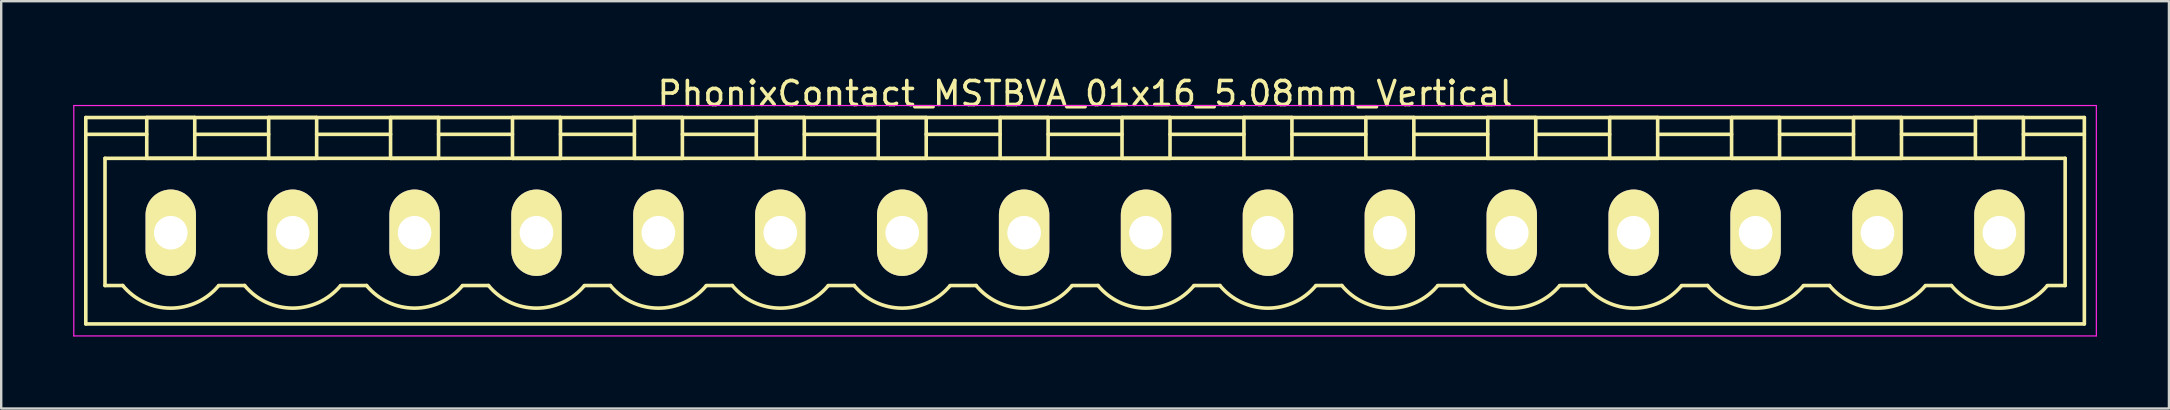
<source format=kicad_pcb>
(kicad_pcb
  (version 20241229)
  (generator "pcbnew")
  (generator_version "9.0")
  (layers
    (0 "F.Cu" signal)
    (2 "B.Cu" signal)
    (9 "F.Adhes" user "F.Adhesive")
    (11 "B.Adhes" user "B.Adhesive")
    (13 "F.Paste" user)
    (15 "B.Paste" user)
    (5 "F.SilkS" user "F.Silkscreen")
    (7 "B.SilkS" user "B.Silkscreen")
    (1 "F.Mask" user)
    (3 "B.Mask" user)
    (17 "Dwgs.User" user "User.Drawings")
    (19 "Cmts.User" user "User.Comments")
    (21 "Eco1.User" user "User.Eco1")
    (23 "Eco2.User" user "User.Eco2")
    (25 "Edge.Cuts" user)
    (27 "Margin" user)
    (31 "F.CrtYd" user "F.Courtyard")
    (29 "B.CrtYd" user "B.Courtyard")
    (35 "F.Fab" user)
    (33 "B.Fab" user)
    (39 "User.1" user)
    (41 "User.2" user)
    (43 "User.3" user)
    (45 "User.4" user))
  (footprint "PhonixContact_MSTBVA_01x16_5.08mm_Vertical"
    (layer "F.Cu")
    (at 4.065 6.648)
    (property "Reference" "PhonixContact_MSTBVA_01x16_5.08mm_Vertical" (at 38.1 -5.8 0) (layer "F.SilkS") (effects (font (size 1 1) (thickness 0.15))))
    (attr through_hole)
    (fp_line (start -3.54 -4.8) (end -3.54 3.8) (stroke (width 0.15) (type solid)) (layer "F.SilkS"))
    (fp_line (start -3.54 -4.1) (end -1 -4.1) (stroke (width 0.15) (type solid)) (layer "F.SilkS"))
    (fp_line (start -3.54 3.8) (end 79.74 3.8) (stroke (width 0.15) (type solid)) (layer "F.SilkS"))
    (fp_line (start -2.74 -3.1) (end 78.94 -3.1) (stroke (width 0.15) (type solid)) (layer "F.SilkS"))
    (fp_line (start -2.74 2.2) (end -2.74 -3.1) (stroke (width 0.15) (type solid)) (layer "F.SilkS"))
    (fp_line (start -2 2.2) (end -2.74 2.2) (stroke (width 0.15) (type solid)) (layer "F.SilkS"))
    (fp_line (start -1 -4.8) (end 1 -4.8) (stroke (width 0.15) (type solid)) (layer "F.SilkS"))
    (fp_line (start -1 -3.1) (end -1 -4.8) (stroke (width 0.15) (type solid)) (layer "F.SilkS"))
    (fp_line (start 1 -4.8) (end 1 -3.1) (stroke (width 0.15) (type solid)) (layer "F.SilkS"))
    (fp_line (start 1 -4.1) (end 4.08 -4.1) (stroke (width 0.15) (type solid)) (layer "F.SilkS"))
    (fp_line (start 1 -3.1) (end -1 -3.1) (stroke (width 0.15) (type solid)) (layer "F.SilkS"))
    (fp_line (start 2 2.2) (end 3.08 2.2) (stroke (width 0.15) (type solid)) (layer "F.SilkS"))
    (fp_line (start 4.08 -4.8) (end 6.08 -4.8) (stroke (width 0.15) (type solid)) (layer "F.SilkS"))
    (fp_line (start 4.08 -3.1) (end 4.08 -4.8) (stroke (width 0.15) (type solid)) (layer "F.SilkS"))
    (fp_line (start 6.08 -4.8) (end 6.08 -3.1) (stroke (width 0.15) (type solid)) (layer "F.SilkS"))
    (fp_line (start 6.08 -4.1) (end 9.16 -4.1) (stroke (width 0.15) (type solid)) (layer "F.SilkS"))
    (fp_line (start 6.08 -3.1) (end 4.08 -3.1) (stroke (width 0.15) (type solid)) (layer "F.SilkS"))
    (fp_line (start 7.08 2.2) (end 8.16 2.2) (stroke (width 0.15) (type solid)) (layer "F.SilkS"))
    (fp_line (start 9.16 -4.8) (end 11.16 -4.8) (stroke (width 0.15) (type solid)) (layer "F.SilkS"))
    (fp_line (start 9.16 -3.1) (end 9.16 -4.8) (stroke (width 0.15) (type solid)) (layer "F.SilkS"))
    (fp_line (start 11.16 -4.8) (end 11.16 -3.1) (stroke (width 0.15) (type solid)) (layer "F.SilkS"))
    (fp_line (start 11.16 -4.1) (end 14.24 -4.1) (stroke (width 0.15) (type solid)) (layer "F.SilkS"))
    (fp_line (start 11.16 -3.1) (end 9.16 -3.1) (stroke (width 0.15) (type solid)) (layer "F.SilkS"))
    (fp_line (start 12.16 2.2) (end 13.24 2.2) (stroke (width 0.15) (type solid)) (layer "F.SilkS"))
    (fp_line (start 14.24 -4.8) (end 16.24 -4.8) (stroke (width 0.15) (type solid)) (layer "F.SilkS"))
    (fp_line (start 14.24 -3.1) (end 14.24 -4.8) (stroke (width 0.15) (type solid)) (layer "F.SilkS"))
    (fp_line (start 16.24 -4.8) (end 16.24 -3.1) (stroke (width 0.15) (type solid)) (layer "F.SilkS"))
    (fp_line (start 16.24 -4.1) (end 19.32 -4.1) (stroke (width 0.15) (type solid)) (layer "F.SilkS"))
    (fp_line (start 16.24 -3.1) (end 14.24 -3.1) (stroke (width 0.15) (type solid)) (layer "F.SilkS"))
    (fp_line (start 17.24 2.2) (end 18.32 2.2) (stroke (width 0.15) (type solid)) (layer "F.SilkS"))
    (fp_line (start 19.32 -4.8) (end 21.32 -4.8) (stroke (width 0.15) (type solid)) (layer "F.SilkS"))
    (fp_line (start 19.32 -3.1) (end 19.32 -4.8) (stroke (width 0.15) (type solid)) (layer "F.SilkS"))
    (fp_line (start 21.32 -4.8) (end 21.32 -3.1) (stroke (width 0.15) (type solid)) (layer "F.SilkS"))
    (fp_line (start 21.32 -4.1) (end 24.4 -4.1) (stroke (width 0.15) (type solid)) (layer "F.SilkS"))
    (fp_line (start 21.32 -3.1) (end 19.32 -3.1) (stroke (width 0.15) (type solid)) (layer "F.SilkS"))
    (fp_line (start 22.32 2.2) (end 23.4 2.2) (stroke (width 0.15) (type solid)) (layer "F.SilkS"))
    (fp_line (start 24.4 -4.8) (end 26.4 -4.8) (stroke (width 0.15) (type solid)) (layer "F.SilkS"))
    (fp_line (start 24.4 -3.1) (end 24.4 -4.8) (stroke (width 0.15) (type solid)) (layer "F.SilkS"))
    (fp_line (start 26.4 -4.8) (end 26.4 -3.1) (stroke (width 0.15) (type solid)) (layer "F.SilkS"))
    (fp_line (start 26.4 -4.1) (end 29.48 -4.1) (stroke (width 0.15) (type solid)) (layer "F.SilkS"))
    (fp_line (start 26.4 -3.1) (end 24.4 -3.1) (stroke (width 0.15) (type solid)) (layer "F.SilkS"))
    (fp_line (start 27.4 2.2) (end 28.48 2.2) (stroke (width 0.15) (type solid)) (layer "F.SilkS"))
    (fp_line (start 29.48 -4.8) (end 31.48 -4.8) (stroke (width 0.15) (type solid)) (layer "F.SilkS"))
    (fp_line (start 29.48 -3.1) (end 29.48 -4.8) (stroke (width 0.15) (type solid)) (layer "F.SilkS"))
    (fp_line (start 31.48 -4.8) (end 31.48 -3.1) (stroke (width 0.15) (type solid)) (layer "F.SilkS"))
    (fp_line (start 31.48 -4.1) (end 34.56 -4.1) (stroke (width 0.15) (type solid)) (layer "F.SilkS"))
    (fp_line (start 31.48 -3.1) (end 29.48 -3.1) (stroke (width 0.15) (type solid)) (layer "F.SilkS"))
    (fp_line (start 32.48 2.2) (end 33.56 2.2) (stroke (width 0.15) (type solid)) (layer "F.SilkS"))
    (fp_line (start 34.56 -4.8) (end 36.56 -4.8) (stroke (width 0.15) (type solid)) (layer "F.SilkS"))
    (fp_line (start 34.56 -3.1) (end 34.56 -4.8) (stroke (width 0.15) (type solid)) (layer "F.SilkS"))
    (fp_line (start 36.56 -4.8) (end 36.56 -3.1) (stroke (width 0.15) (type solid)) (layer "F.SilkS"))
    (fp_line (start 36.56 -4.1) (end 39.64 -4.1) (stroke (width 0.15) (type solid)) (layer "F.SilkS"))
    (fp_line (start 36.56 -3.1) (end 34.56 -3.1) (stroke (width 0.15) (type solid)) (layer "F.SilkS"))
    (fp_line (start 37.56 2.2) (end 38.64 2.2) (stroke (width 0.15) (type solid)) (layer "F.SilkS"))
    (fp_line (start 39.64 -4.8) (end 41.64 -4.8) (stroke (width 0.15) (type solid)) (layer "F.SilkS"))
    (fp_line (start 39.64 -3.1) (end 39.64 -4.8) (stroke (width 0.15) (type solid)) (layer "F.SilkS"))
    (fp_line (start 41.64 -4.8) (end 41.64 -3.1) (stroke (width 0.15) (type solid)) (layer "F.SilkS"))
    (fp_line (start 41.64 -4.1) (end 44.72 -4.1) (stroke (width 0.15) (type solid)) (layer "F.SilkS"))
    (fp_line (start 41.64 -3.1) (end 39.64 -3.1) (stroke (width 0.15) (type solid)) (layer "F.SilkS"))
    (fp_line (start 42.64 2.2) (end 43.72 2.2) (stroke (width 0.15) (type solid)) (layer "F.SilkS"))
    (fp_line (start 44.72 -4.8) (end 46.72 -4.8) (stroke (width 0.15) (type solid)) (layer "F.SilkS"))
    (fp_line (start 44.72 -3.1) (end 44.72 -4.8) (stroke (width 0.15) (type solid)) (layer "F.SilkS"))
    (fp_line (start 46.72 -4.8) (end 46.72 -3.1) (stroke (width 0.15) (type solid)) (layer "F.SilkS"))
    (fp_line (start 46.72 -4.1) (end 49.8 -4.1) (stroke (width 0.15) (type solid)) (layer "F.SilkS"))
    (fp_line (start 46.72 -3.1) (end 44.72 -3.1) (stroke (width 0.15) (type solid)) (layer "F.SilkS"))
    (fp_line (start 47.72 2.2) (end 48.8 2.2) (stroke (width 0.15) (type solid)) (layer "F.SilkS"))
    (fp_line (start 49.8 -4.8) (end 51.8 -4.8) (stroke (width 0.15) (type solid)) (layer "F.SilkS"))
    (fp_line (start 49.8 -3.1) (end 49.8 -4.8) (stroke (width 0.15) (type solid)) (layer "F.SilkS"))
    (fp_line (start 51.8 -4.8) (end 51.8 -3.1) (stroke (width 0.15) (type solid)) (layer "F.SilkS"))
    (fp_line (start 51.8 -4.1) (end 54.88 -4.1) (stroke (width 0.15) (type solid)) (layer "F.SilkS"))
    (fp_line (start 51.8 -3.1) (end 49.8 -3.1) (stroke (width 0.15) (type solid)) (layer "F.SilkS"))
    (fp_line (start 52.8 2.2) (end 53.88 2.2) (stroke (width 0.15) (type solid)) (layer "F.SilkS"))
    (fp_line (start 54.88 -4.8) (end 56.88 -4.8) (stroke (width 0.15) (type solid)) (layer "F.SilkS"))
    (fp_line (start 54.88 -3.1) (end 54.88 -4.8) (stroke (width 0.15) (type solid)) (layer "F.SilkS"))
    (fp_line (start 56.88 -4.8) (end 56.88 -3.1) (stroke (width 0.15) (type solid)) (layer "F.SilkS"))
    (fp_line (start 56.88 -4.1) (end 59.96 -4.1) (stroke (width 0.15) (type solid)) (layer "F.SilkS"))
    (fp_line (start 56.88 -3.1) (end 54.88 -3.1) (stroke (width 0.15) (type solid)) (layer "F.SilkS"))
    (fp_line (start 57.88 2.2) (end 58.96 2.2) (stroke (width 0.15) (type solid)) (layer "F.SilkS"))
    (fp_line (start 59.96 -4.8) (end 61.96 -4.8) (stroke (width 0.15) (type solid)) (layer "F.SilkS"))
    (fp_line (start 59.96 -3.1) (end 59.96 -4.8) (stroke (width 0.15) (type solid)) (layer "F.SilkS"))
    (fp_line (start 61.96 -4.8) (end 61.96 -3.1) (stroke (width 0.15) (type solid)) (layer "F.SilkS"))
    (fp_line (start 61.96 -4.1) (end 65.04 -4.1) (stroke (width 0.15) (type solid)) (layer "F.SilkS"))
    (fp_line (start 61.96 -3.1) (end 59.96 -3.1) (stroke (width 0.15) (type solid)) (layer "F.SilkS"))
    (fp_line (start 62.96 2.2) (end 64.04 2.2) (stroke (width 0.15) (type solid)) (layer "F.SilkS"))
    (fp_line (start 65.04 -4.8) (end 67.04 -4.8) (stroke (width 0.15) (type solid)) (layer "F.SilkS"))
    (fp_line (start 65.04 -3.1) (end 65.04 -4.8) (stroke (width 0.15) (type solid)) (layer "F.SilkS"))
    (fp_line (start 67.04 -4.8) (end 67.04 -3.1) (stroke (width 0.15) (type solid)) (layer "F.SilkS"))
    (fp_line (start 67.04 -4.1) (end 70.12 -4.1) (stroke (width 0.15) (type solid)) (layer "F.SilkS"))
    (fp_line (start 67.04 -3.1) (end 65.04 -3.1) (stroke (width 0.15) (type solid)) (layer "F.SilkS"))
    (fp_line (start 68.04 2.2) (end 69.12 2.2) (stroke (width 0.15) (type solid)) (layer "F.SilkS"))
    (fp_line (start 70.12 -4.8) (end 72.12 -4.8) (stroke (width 0.15) (type solid)) (layer "F.SilkS"))
    (fp_line (start 70.12 -3.1) (end 70.12 -4.8) (stroke (width 0.15) (type solid)) (layer "F.SilkS"))
    (fp_line (start 72.12 -4.8) (end 72.12 -3.1) (stroke (width 0.15) (type solid)) (layer "F.SilkS"))
    (fp_line (start 72.12 -4.1) (end 75.2 -4.1) (stroke (width 0.15) (type solid)) (layer "F.SilkS"))
    (fp_line (start 72.12 -3.1) (end 70.12 -3.1) (stroke (width 0.15) (type solid)) (layer "F.SilkS"))
    (fp_line (start 73.12 2.2) (end 74.2 2.2) (stroke (width 0.15) (type solid)) (layer "F.SilkS"))
    (fp_line (start 75.2 -4.8) (end 77.2 -4.8) (stroke (width 0.15) (type solid)) (layer "F.SilkS"))
    (fp_line (start 75.2 -3.1) (end 75.2 -4.8) (stroke (width 0.15) (type solid)) (layer "F.SilkS"))
    (fp_line (start 77.2 -4.8) (end 77.2 -3.1) (stroke (width 0.15) (type solid)) (layer "F.SilkS"))
    (fp_line (start 77.2 -3.1) (end 75.2 -3.1) (stroke (width 0.15) (type solid)) (layer "F.SilkS"))
    (fp_line (start 78.94 -3.1) (end 78.94 2.2) (stroke (width 0.15) (type solid)) (layer "F.SilkS"))
    (fp_line (start 78.94 2.2) (end 78.2 2.2) (stroke (width 0.15) (type solid)) (layer "F.SilkS"))
    (fp_line (start 79.74 -4.8) (end -3.54 -4.8) (stroke (width 0.15) (type solid)) (layer "F.SilkS"))
    (fp_line (start 79.74 -4.1) (end 77.2 -4.1) (stroke (width 0.15) (type solid)) (layer "F.SilkS"))
    (fp_line (start 79.74 3.8) (end 79.74 -4.8) (stroke (width 0.15) (type solid)) (layer "F.SilkS"))
    (fp_arc (start 1.986842 2.215821) (mid -0.010289 3.142758) (end -2 2.2) (stroke (width 0.15) (type solid)) (layer "F.SilkS"))
    (fp_arc (start 7.066842 2.215821) (mid 5.069711 3.142758) (end 3.08 2.2) (stroke (width 0.15) (type solid)) (layer "F.SilkS"))
    (fp_arc (start 12.146842 2.215821) (mid 10.149711 3.142758) (end 8.16 2.2) (stroke (width 0.15) (type solid)) (layer "F.SilkS"))
    (fp_arc (start 17.226842 2.215821) (mid 15.229711 3.142758) (end 13.24 2.2) (stroke (width 0.15) (type solid)) (layer "F.SilkS"))
    (fp_arc (start 22.306842 2.215821) (mid 20.309711 3.142758) (end 18.32 2.2) (stroke (width 0.15) (type solid)) (layer "F.SilkS"))
    (fp_arc (start 27.386842 2.215821) (mid 25.389711 3.142758) (end 23.4 2.2) (stroke (width 0.15) (type solid)) (layer "F.SilkS"))
    (fp_arc (start 32.466842 2.215821) (mid 30.469711 3.142758) (end 28.48 2.2) (stroke (width 0.15) (type solid)) (layer "F.SilkS"))
    (fp_arc (start 37.546842 2.215821) (mid 35.549711 3.142758) (end 33.56 2.2) (stroke (width 0.15) (type solid)) (layer "F.SilkS"))
    (fp_arc (start 42.626842 2.215821) (mid 40.629711 3.142758) (end 38.64 2.2) (stroke (width 0.15) (type solid)) (layer "F.SilkS"))
    (fp_arc (start 47.706842 2.215821) (mid 45.709711 3.142758) (end 43.72 2.2) (stroke (width 0.15) (type solid)) (layer "F.SilkS"))
    (fp_arc (start 52.786842 2.215821) (mid 50.789711 3.142758) (end 48.8 2.2) (stroke (width 0.15) (type solid)) (layer "F.SilkS"))
    (fp_arc (start 57.866842 2.215821) (mid 55.869711 3.142758) (end 53.88 2.2) (stroke (width 0.15) (type solid)) (layer "F.SilkS"))
    (fp_arc (start 62.946842 2.215821) (mid 60.949711 3.142758) (end 58.96 2.2) (stroke (width 0.15) (type solid)) (layer "F.SilkS"))
    (fp_arc (start 68.026842 2.215821) (mid 66.029711 3.142758) (end 64.04 2.2) (stroke (width 0.15) (type solid)) (layer "F.SilkS"))
    (fp_arc (start 73.106842 2.215821) (mid 71.109711 3.142758) (end 69.12 2.2) (stroke (width 0.15) (type solid)) (layer "F.SilkS"))
    (fp_arc (start 78.186842 2.215821) (mid 76.189711 3.142758) (end 74.2 2.2) (stroke (width 0.15) (type solid)) (layer "F.SilkS"))
    (fp_line (start -4.04 -5.3) (end -4.04 4.3) (stroke (width 0.05) (type solid)) (layer "F.CrtYd"))
    (fp_line (start -4.04 4.3) (end 80.24 4.3) (stroke (width 0.05) (type solid)) (layer "F.CrtYd"))
    (fp_line (start 80.24 -5.3) (end -4.04 -5.3) (stroke (width 0.05) (type solid)) (layer "F.CrtYd"))
    (fp_line (start 80.24 4.3) (end 80.24 -5.3) (stroke (width 0.05) (type solid)) (layer "F.CrtYd"))
    (pad "1" thru_hole oval (at 0 0) (size 2.1 3.6) (drill 1.4) (layers "*.Cu" "*.Mask" "F.SilkS"))
    (pad "2" thru_hole oval (at 5.08 0) (size 2.1 3.6) (drill 1.4) (layers "*.Cu" "*.Mask" "F.SilkS"))
    (pad "3" thru_hole oval (at 10.16 0) (size 2.1 3.6) (drill 1.4) (layers "*.Cu" "*.Mask" "F.SilkS"))
    (pad "4" thru_hole oval (at 15.24 0) (size 2.1 3.6) (drill 1.4) (layers "*.Cu" "*.Mask" "F.SilkS"))
    (pad "5" thru_hole oval (at 20.32 0) (size 2.1 3.6) (drill 1.4) (layers "*.Cu" "*.Mask" "F.SilkS"))
    (pad "6" thru_hole oval (at 25.4 0) (size 2.1 3.6) (drill 1.4) (layers "*.Cu" "*.Mask" "F.SilkS"))
    (pad "7" thru_hole oval (at 30.48 0) (size 2.1 3.6) (drill 1.4) (layers "*.Cu" "*.Mask" "F.SilkS"))
    (pad "8" thru_hole oval (at 35.56 0) (size 2.1 3.6) (drill 1.4) (layers "*.Cu" "*.Mask" "F.SilkS"))
    (pad "9" thru_hole oval (at 40.64 0) (size 2.1 3.6) (drill 1.4) (layers "*.Cu" "*.Mask" "F.SilkS"))
    (pad "10" thru_hole oval (at 45.72 0) (size 2.1 3.6) (drill 1.4) (layers "*.Cu" "*.Mask" "F.SilkS"))
    (pad "11" thru_hole oval (at 50.8 0) (size 2.1 3.6) (drill 1.4) (layers "*.Cu" "*.Mask" "F.SilkS"))
    (pad "12" thru_hole oval (at 55.88 0) (size 2.1 3.6) (drill 1.4) (layers "*.Cu" "*.Mask" "F.SilkS"))
    (pad "13" thru_hole oval (at 60.96 0) (size 2.1 3.6) (drill 1.4) (layers "*.Cu" "*.Mask" "F.SilkS"))
    (pad "14" thru_hole oval (at 66.04 0) (size 2.1 3.6) (drill 1.4) (layers "*.Cu" "*.Mask" "F.SilkS"))
    (pad "15" thru_hole oval (at 71.12 0) (size 2.1 3.6) (drill 1.4) (layers "*.Cu" "*.Mask" "F.SilkS"))
    (pad "16" thru_hole oval (at 76.2 0) (size 2.1 3.6) (drill 1.4) (layers "*.Cu" "*.Mask" "F.SilkS")))
  (gr_rect
    (start -3 -3)
    (end 87.33 13.973)
    (stroke (width 0.1) (type default))
    (fill no)
    (layer "Edge.Cuts")))
</source>
